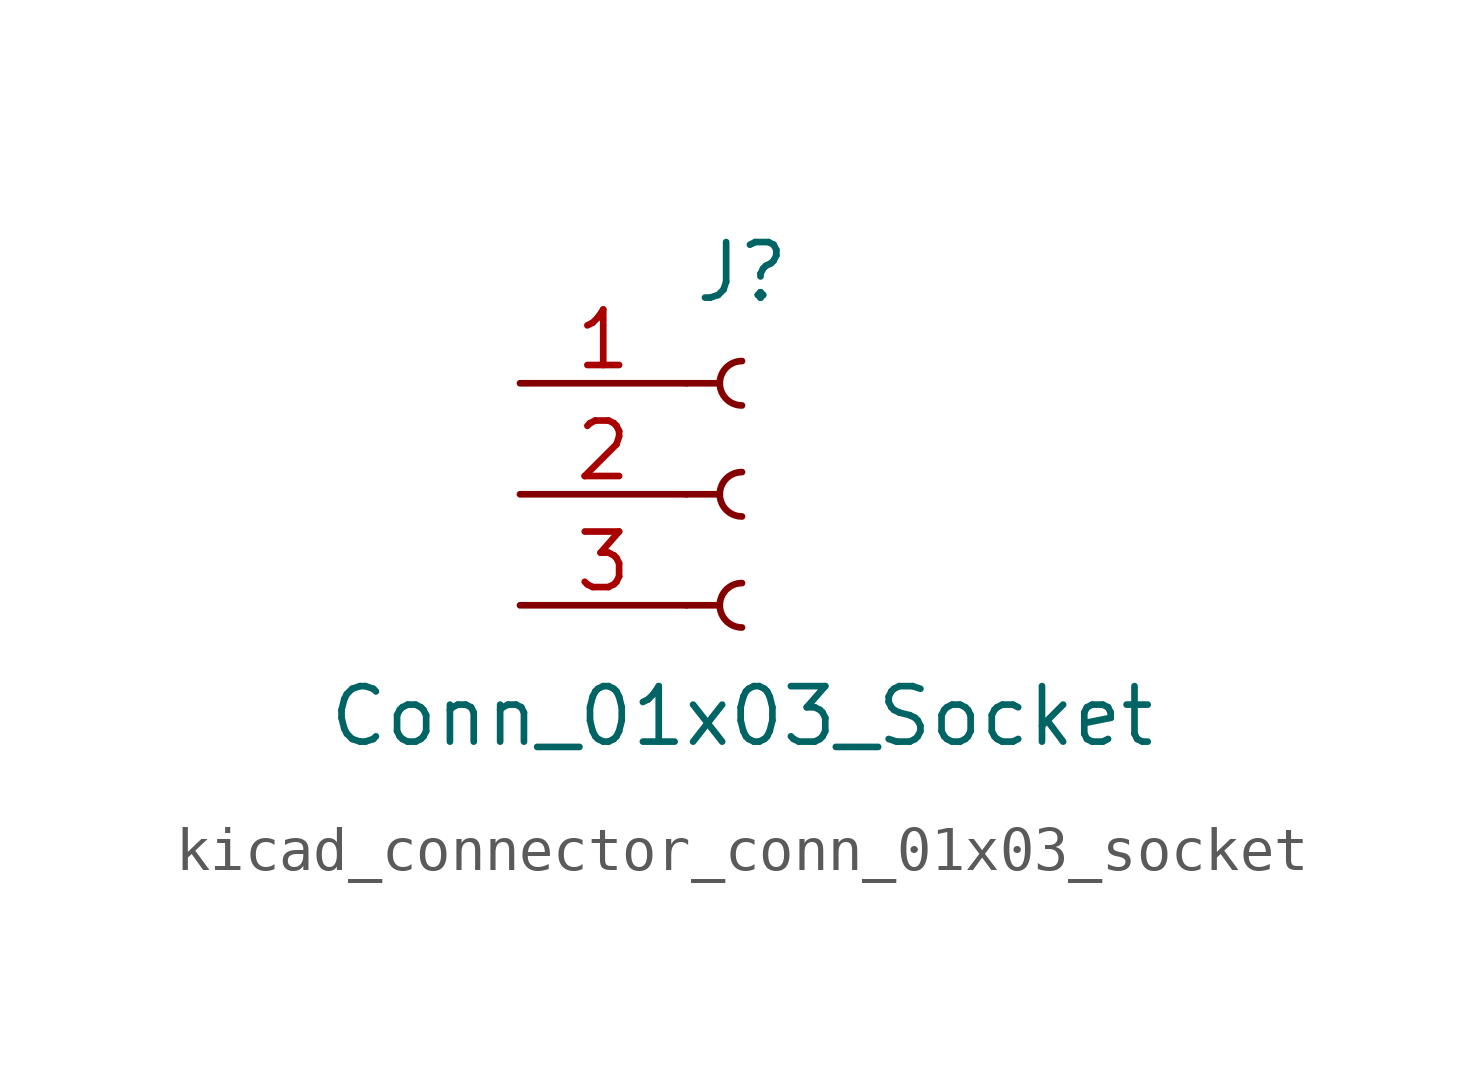
<source format=kicad_sym>
(kicad_symbol_lib
  (version 20220914)
  (generator kicad_symbol_editor)
  (symbol "kicad_connector_conn_01x03_socket"
    (pin_names
      (offset 1.016) hide)
    (property "Reference" "J"
      (at 0 5.08 0)
      (effects (font (size 1.27 1.27))))
    (property "Value" "Conn_01x03_Socket"
      (at 0 -5.08 0)
      (effects (font (size 1.27 1.27))))
    (property "ki_locked" ""
      (at 0 0 0)
      (effects (font (size 1.27 1.27))))
    (symbol "kicad_connector_conn_01x03_socket_1_1"
      (arc (start 0 -2.032) (mid -0.5058 -2.54) (end 0 -3.048) (stroke (width 0.1524) (type default)) (fill (type none)))
      (polyline (pts (xy -1.27 -2.54) (xy -0.508 -2.54)) (stroke (width 0.152) (type default)) (fill (type none)))
      (polyline (pts (xy -1.27 0) (xy -0.508 0)) (stroke (width 0.152) (type default)) (fill (type none)))
      (polyline (pts (xy -1.27 2.54) (xy -0.508 2.54)) (stroke (width 0.152) (type default)) (fill (type none)))
      (arc (start 0 0.508) (mid -0.5058 0) (end 0 -0.508) (stroke (width 0.1524) (type default)) (fill (type none)))
      (arc (start 0 3.048) (mid -0.5058 2.54) (end 0 2.032) (stroke (width 0.1524) (type default)) (fill (type none)))
      (pin passive line (at -5.08 2.54 0) (length 3.81) (name "Pin_1" (effects (font (size 1.27 1.27)))) (number "1" (effects (font (size 1.27 1.27)))))
      (pin passive line (at -5.08 0 0) (length 3.81) (name "Pin_2" (effects (font (size 1.27 1.27)))) (number "2" (effects (font (size 1.27 1.27)))))
      (pin passive line (at -5.08 -2.54 0) (length 3.81) (name "Pin_3" (effects (font (size 1.27 1.27)))) (number "3" (effects (font (size 1.27 1.27))))))))
</source>
